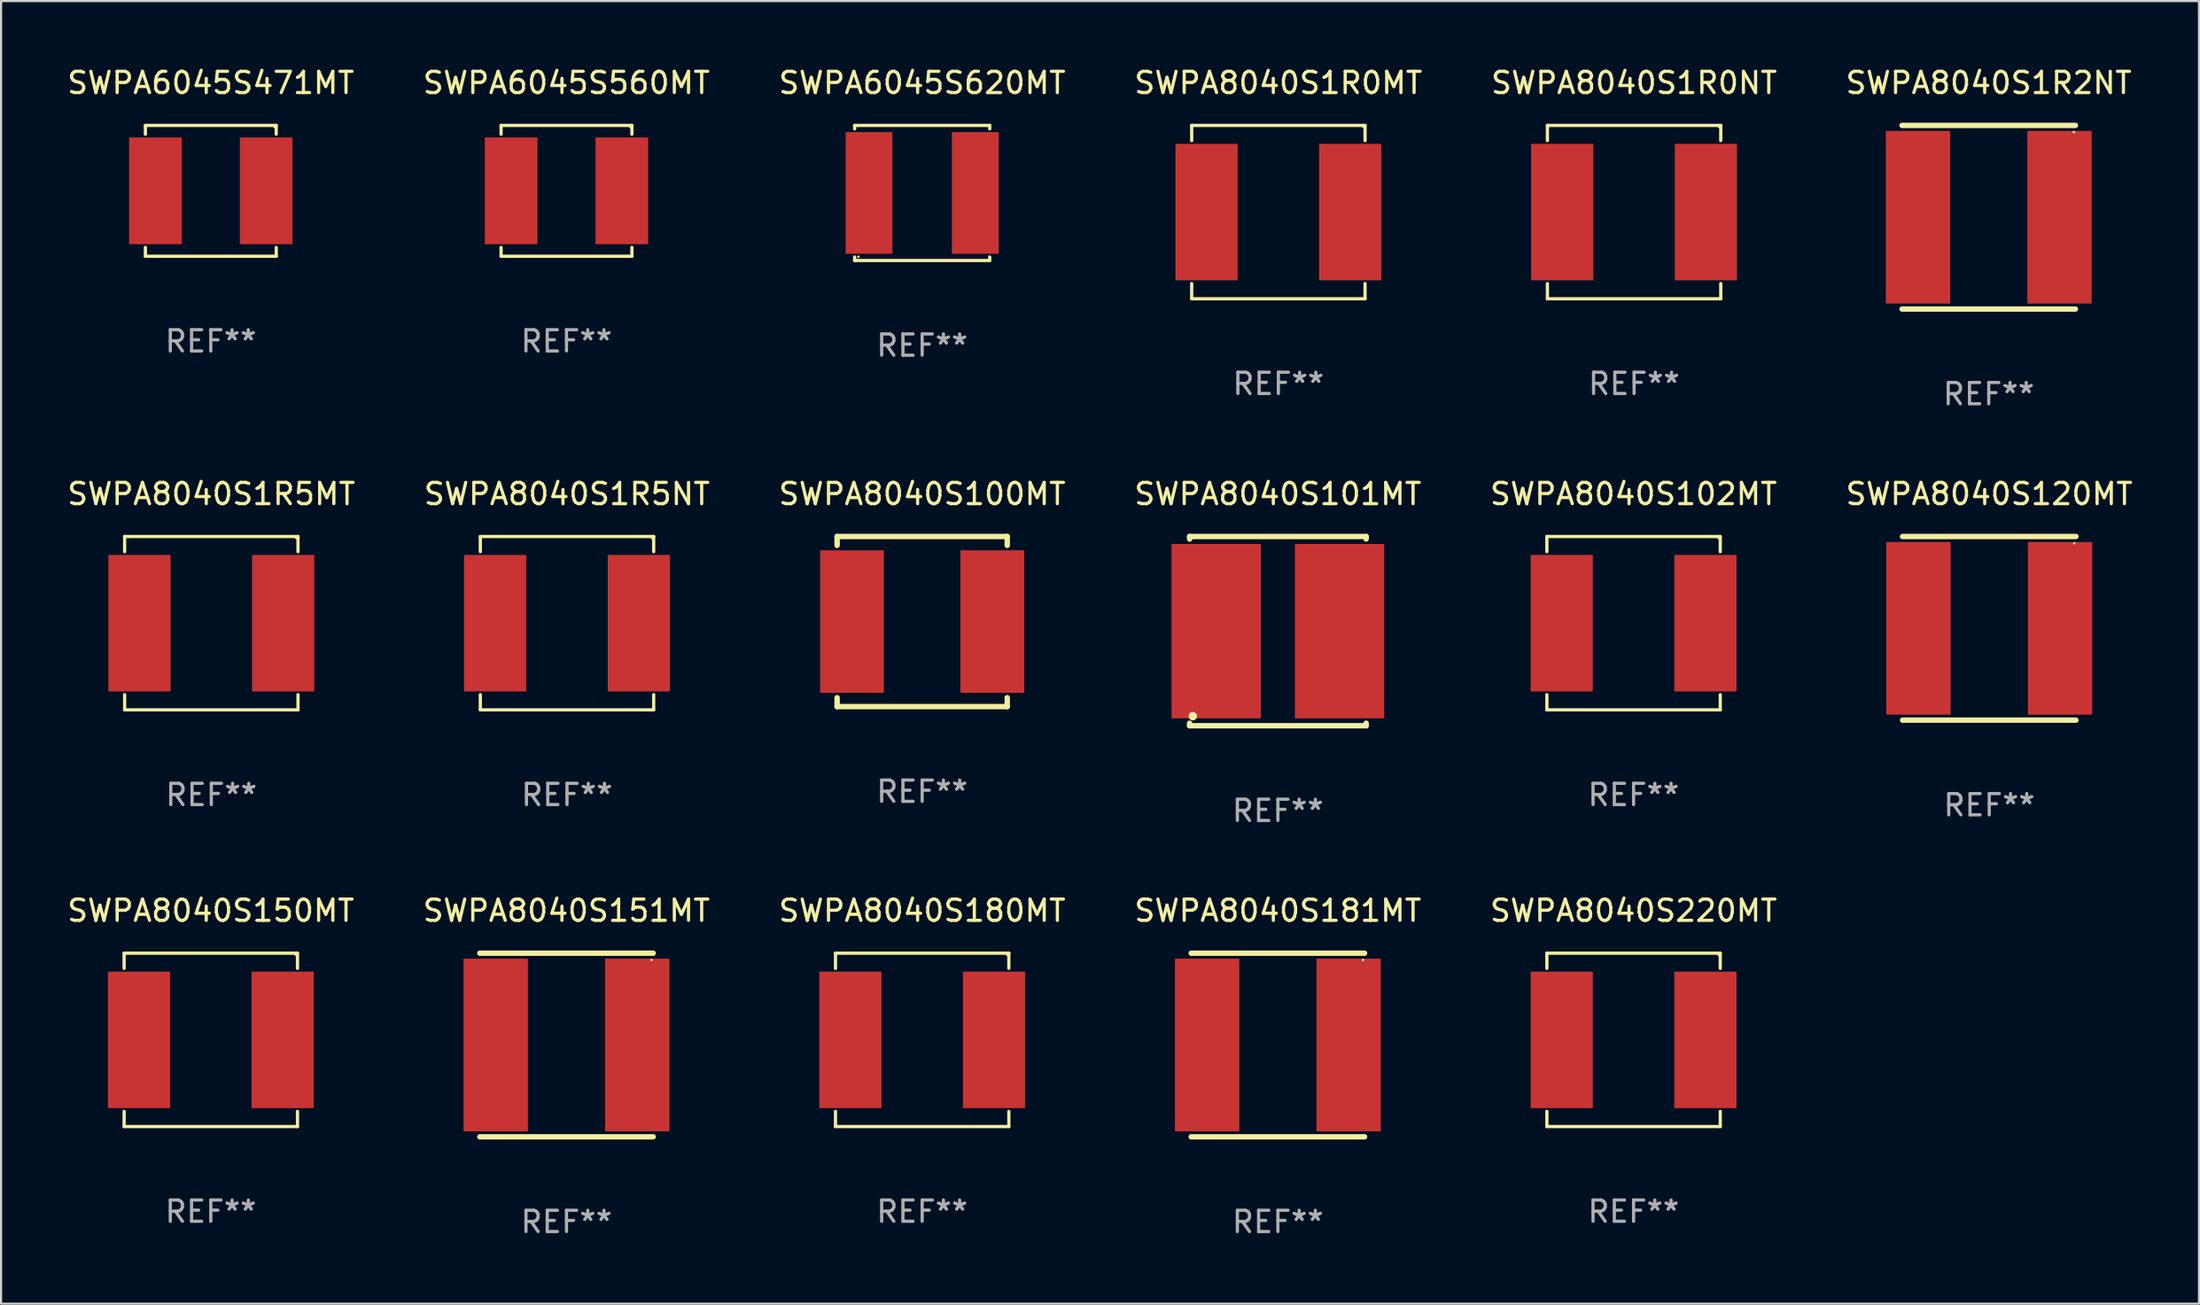
<source format=kicad_pcb>
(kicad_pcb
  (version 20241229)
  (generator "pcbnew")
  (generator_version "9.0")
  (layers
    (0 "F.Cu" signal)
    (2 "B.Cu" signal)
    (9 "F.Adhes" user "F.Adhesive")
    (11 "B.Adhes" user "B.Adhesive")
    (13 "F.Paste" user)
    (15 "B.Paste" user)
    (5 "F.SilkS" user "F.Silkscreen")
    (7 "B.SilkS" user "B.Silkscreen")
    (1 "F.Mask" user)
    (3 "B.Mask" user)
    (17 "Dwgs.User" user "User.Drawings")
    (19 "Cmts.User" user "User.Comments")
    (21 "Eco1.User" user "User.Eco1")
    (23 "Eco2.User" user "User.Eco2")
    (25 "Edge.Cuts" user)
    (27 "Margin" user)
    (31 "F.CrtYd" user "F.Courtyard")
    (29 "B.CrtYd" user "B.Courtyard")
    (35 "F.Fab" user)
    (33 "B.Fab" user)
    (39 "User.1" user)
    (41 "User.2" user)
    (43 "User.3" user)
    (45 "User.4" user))
  (footprint "SWPA8040S181MT"
    (layer "F.Cu")
    (at 57.042 46.095)
    (property "Reference" "SWPA8040S181MT" (at 0 -6.318 0) (layer "F.SilkS") (effects (font (size 1 1) (thickness 0.15))))
    (attr through_hole)
    (fp_line (start -4.076 -4.318) (end 4.076 -4.318) (stroke (width 0.254) (type solid)) (layer "F.SilkS"))
    (fp_line (start -4.076 4.318) (end 4.076 4.318) (stroke (width 0.254) (type solid)) (layer "F.SilkS"))
    (fp_circle (center 4 -4) (end 4.03 -4) (stroke (width 0.06) (type solid)) (fill no) (layer "F.SilkS"))
    (fp_text user "REF**" (at 0 8.318 0) (layer "F.Fab") (effects (font (size 1 1) (thickness 0.15))))
    (pad "1" smd rect (at 3.328 0) (size 3.024 8.12) (layers "F.Cu" "F.Mask" "F.Paste"))
    (pad "2" smd rect (at -3.328 0) (size 3.024 8.12) (layers "F.Cu" "F.Mask" "F.Paste")))
  (footprint "SWPA8040S1R0MT"
    (layer "F.Cu")
    (at 57.065 6.924)
    (property "Reference" "SWPA8040S1R0MT" (at 0 -6.076 0) (layer "F.SilkS") (effects (font (size 1 1) (thickness 0.15))))
    (attr through_hole)
    (fp_line (start -4.076 -4.076) (end 4.076 -4.076) (stroke (width 0.152) (type solid)) (layer "F.SilkS"))
    (fp_line (start -4.076 -3.362) (end -4.076 -4.076) (stroke (width 0.152) (type solid)) (layer "F.SilkS"))
    (fp_line (start -4.076 3.362) (end -4.076 4.076) (stroke (width 0.152) (type solid)) (layer "F.SilkS"))
    (fp_line (start -4.076 4.076) (end 4.076 4.076) (stroke (width 0.152) (type solid)) (layer "F.SilkS"))
    (fp_line (start 4.076 -4.076) (end 4.076 -3.362) (stroke (width 0.152) (type solid)) (layer "F.SilkS"))
    (fp_line (start 4.076 4.076) (end 4.076 3.362) (stroke (width 0.152) (type solid)) (layer "F.SilkS"))
    (fp_circle (center 4 -4) (end 4.03 -4) (stroke (width 0.06) (type solid)) (fill no) (layer "F.SilkS"))
    (fp_text user "REF**" (at 0 8.076 0) (layer "F.Fab") (effects (font (size 1 1) (thickness 0.15))))
    (pad "1" smd rect (at 3.378 0) (size 2.924 6.42) (layers "F.Cu" "F.Mask" "F.Paste"))
    (pad "2" smd rect (at -3.378 0) (size 2.924 6.42) (layers "F.Cu" "F.Mask" "F.Paste")))
  (footprint "SWPA8040S150MT"
    (layer "F.Cu")
    (at 6.863 45.854)
    (property "Reference" "SWPA8040S150MT" (at 0 -6.076 0) (layer "F.SilkS") (effects (font (size 1 1) (thickness 0.15))))
    (attr through_hole)
    (fp_line (start -4.076 -4.076) (end 4.076 -4.076) (stroke (width 0.152) (type solid)) (layer "F.SilkS"))
    (fp_line (start -4.076 -3.362) (end -4.076 -4.076) (stroke (width 0.152) (type solid)) (layer "F.SilkS"))
    (fp_line (start -4.076 3.362) (end -4.076 4.076) (stroke (width 0.152) (type solid)) (layer "F.SilkS"))
    (fp_line (start -4.076 4.076) (end 4.076 4.076) (stroke (width 0.152) (type solid)) (layer "F.SilkS"))
    (fp_line (start 4.076 -4.076) (end 4.076 -3.362) (stroke (width 0.152) (type solid)) (layer "F.SilkS"))
    (fp_line (start 4.076 4.076) (end 4.076 3.362) (stroke (width 0.152) (type solid)) (layer "F.SilkS"))
    (fp_circle (center 4 -4) (end 4.03 -4) (stroke (width 0.06) (type solid)) (fill no) (layer "F.SilkS"))
    (fp_text user "REF**" (at 0 8.076 0) (layer "F.Fab") (effects (font (size 1 1) (thickness 0.15))))
    (pad "1" smd rect (at 3.378 0) (size 2.924 6.42) (layers "F.Cu" "F.Mask" "F.Paste"))
    (pad "2" smd rect (at -3.378 0) (size 2.924 6.42) (layers "F.Cu" "F.Mask" "F.Paste")))
  (footprint "SWPA8040S151MT"
    (layer "F.Cu")
    (at 23.589 46.095)
    (property "Reference" "SWPA8040S151MT" (at 0 -6.318 0) (layer "F.SilkS") (effects (font (size 1 1) (thickness 0.15))))
    (attr through_hole)
    (fp_line (start -4.076 -4.318) (end 4.076 -4.318) (stroke (width 0.254) (type solid)) (layer "F.SilkS"))
    (fp_line (start -4.076 4.318) (end 4.076 4.318) (stroke (width 0.254) (type solid)) (layer "F.SilkS"))
    (fp_circle (center 4 -4) (end 4.03 -4) (stroke (width 0.06) (type solid)) (fill no) (layer "F.SilkS"))
    (fp_text user "REF**" (at 0 8.318 0) (layer "F.Fab") (effects (font (size 1 1) (thickness 0.15))))
    (pad "1" smd rect (at 3.328 0) (size 3.024 8.12) (layers "F.Cu" "F.Mask" "F.Paste"))
    (pad "2" smd rect (at -3.328 0) (size 3.024 8.12) (layers "F.Cu" "F.Mask" "F.Paste")))
  (footprint "SWPA6045S471MT"
    (layer "F.Cu")
    (at 6.863 5.924)
    (property "Reference" "SWPA6045S471MT" (at 0 -5.076 0) (layer "F.SilkS") (effects (font (size 1 1) (thickness 0.15))))
    (attr through_hole)
    (fp_line (start -3.076 -3.076) (end 3.076 -3.076) (stroke (width 0.152) (type solid)) (layer "F.SilkS"))
    (fp_line (start -3.076 -2.662) (end -3.076 -3.076) (stroke (width 0.152) (type solid)) (layer "F.SilkS"))
    (fp_line (start -3.076 2.662) (end -3.076 3.076) (stroke (width 0.152) (type solid)) (layer "F.SilkS"))
    (fp_line (start -3.076 3.076) (end 3.076 3.076) (stroke (width 0.152) (type solid)) (layer "F.SilkS"))
    (fp_line (start 3.076 -3.076) (end 3.076 -2.662) (stroke (width 0.152) (type solid)) (layer "F.SilkS"))
    (fp_line (start 3.076 3.076) (end 3.076 2.662) (stroke (width 0.152) (type solid)) (layer "F.SilkS"))
    (fp_circle (center 3 -3) (end 3.03 -3) (stroke (width 0.06) (type solid)) (fill no) (layer "F.SilkS"))
    (fp_text user "REF**" (at 0 7.076 0) (layer "F.Fab") (effects (font (size 1 1) (thickness 0.15))))
    (pad "1" smd rect (at 2.603 0) (size 2.474 5.02) (layers "F.Cu" "F.Mask" "F.Paste"))
    (pad "2" smd rect (at -2.603 0) (size 2.474 5.02) (layers "F.Cu" "F.Mask" "F.Paste")))
  (footprint "SWPA8040S1R0NT"
    (layer "F.Cu")
    (at 73.792 6.924)
    (property "Reference" "SWPA8040S1R0NT" (at 0 -6.076 0) (layer "F.SilkS") (effects (font (size 1 1) (thickness 0.15))))
    (attr through_hole)
    (fp_line (start -4.076 -4.076) (end 4.076 -4.076) (stroke (width 0.152) (type solid)) (layer "F.SilkS"))
    (fp_line (start -4.076 -3.362) (end -4.076 -4.076) (stroke (width 0.152) (type solid)) (layer "F.SilkS"))
    (fp_line (start -4.076 3.362) (end -4.076 4.076) (stroke (width 0.152) (type solid)) (layer "F.SilkS"))
    (fp_line (start -4.076 4.076) (end 4.076 4.076) (stroke (width 0.152) (type solid)) (layer "F.SilkS"))
    (fp_line (start 4.076 -4.076) (end 4.076 -3.362) (stroke (width 0.152) (type solid)) (layer "F.SilkS"))
    (fp_line (start 4.076 4.076) (end 4.076 3.362) (stroke (width 0.152) (type solid)) (layer "F.SilkS"))
    (fp_circle (center 4 -4) (end 4.03 -4) (stroke (width 0.06) (type solid)) (fill no) (layer "F.SilkS"))
    (fp_text user "REF**" (at 0 8.076 0) (layer "F.Fab") (effects (font (size 1 1) (thickness 0.15))))
    (pad "1" smd rect (at 3.378 0) (size 2.924 6.42) (layers "F.Cu" "F.Mask" "F.Paste"))
    (pad "2" smd rect (at -3.378 0) (size 2.924 6.42) (layers "F.Cu" "F.Mask" "F.Paste")))
  (footprint "SWPA8040S180MT"
    (layer "F.Cu")
    (at 40.315 45.854)
    (property "Reference" "SWPA8040S180MT" (at 0 -6.076 0) (layer "F.SilkS") (effects (font (size 1 1) (thickness 0.15))))
    (attr through_hole)
    (fp_line (start -4.076 -4.076) (end 4.076 -4.076) (stroke (width 0.152) (type solid)) (layer "F.SilkS"))
    (fp_line (start -4.076 -3.362) (end -4.076 -4.076) (stroke (width 0.152) (type solid)) (layer "F.SilkS"))
    (fp_line (start -4.076 3.362) (end -4.076 4.076) (stroke (width 0.152) (type solid)) (layer "F.SilkS"))
    (fp_line (start -4.076 4.076) (end 4.076 4.076) (stroke (width 0.152) (type solid)) (layer "F.SilkS"))
    (fp_line (start 4.076 -4.076) (end 4.076 -3.362) (stroke (width 0.152) (type solid)) (layer "F.SilkS"))
    (fp_line (start 4.076 4.076) (end 4.076 3.362) (stroke (width 0.152) (type solid)) (layer "F.SilkS"))
    (fp_circle (center 4 -4) (end 4.03 -4) (stroke (width 0.06) (type solid)) (fill no) (layer "F.SilkS"))
    (fp_text user "REF**" (at 0 8.076 0) (layer "F.Fab") (effects (font (size 1 1) (thickness 0.15))))
    (pad "1" smd rect (at 3.378 0) (size 2.924 6.42) (layers "F.Cu" "F.Mask" "F.Paste"))
    (pad "2" smd rect (at -3.378 0) (size 2.924 6.42) (layers "F.Cu" "F.Mask" "F.Paste")))
  (footprint "SWPA8040S101MT"
    (layer "F.Cu")
    (at 57.042 26.631)
    (property "Reference" "SWPA8040S101MT" (at 0 -6.45 0) (layer "F.SilkS") (effects (font (size 1 1) (thickness 0.15))))
    (attr through_hole)
    (fp_line (start -4.15 -4.45) (end -4.15 -4.331) (stroke (width 0.254) (type solid)) (layer "F.SilkS"))
    (fp_line (start -4.15 -4.45) (end 4.15 -4.45) (stroke (width 0.254) (type solid)) (layer "F.SilkS"))
    (fp_line (start -4.15 4.331) (end -4.15 4.45) (stroke (width 0.254) (type solid)) (layer "F.SilkS"))
    (fp_line (start -4.15 4.45) (end 4.15 4.45) (stroke (width 0.254) (type solid)) (layer "F.SilkS"))
    (fp_line (start 4.15 -4.331) (end 4.15 -4.45) (stroke (width 0.254) (type solid)) (layer "F.SilkS"))
    (fp_line (start 4.15 4.45) (end 4.15 4.331) (stroke (width 0.254) (type solid)) (layer "F.SilkS"))
    (fp_circle (center -4 4) (end -3.9 4) (stroke (width 0.2) (type solid)) (fill no) (layer "F.SilkS"))
    (fp_text user "REF**" (at 0 8.45 0) (layer "F.Fab") (effects (font (size 1 1) (thickness 0.15))))
    (pad "1" smd rect (at -2.9 0 90) (size 8.2 4.2) (layers "F.Cu" "F.Mask" "F.Paste"))
    (pad "2" smd rect (at 2.9 0 90) (size 8.2 4.2) (layers "F.Cu" "F.Mask" "F.Paste")))
  (footprint "SWPA8040S220MT"
    (layer "F.Cu")
    (at 73.768 45.854)
    (property "Reference" "SWPA8040S220MT" (at 0 -6.076 0) (layer "F.SilkS") (effects (font (size 1 1) (thickness 0.15))))
    (attr through_hole)
    (fp_line (start -4.076 -4.076) (end 4.076 -4.076) (stroke (width 0.152) (type solid)) (layer "F.SilkS"))
    (fp_line (start -4.076 -3.362) (end -4.076 -4.076) (stroke (width 0.152) (type solid)) (layer "F.SilkS"))
    (fp_line (start -4.076 3.362) (end -4.076 4.076) (stroke (width 0.152) (type solid)) (layer "F.SilkS"))
    (fp_line (start -4.076 4.076) (end 4.076 4.076) (stroke (width 0.152) (type solid)) (layer "F.SilkS"))
    (fp_line (start 4.076 -4.076) (end 4.076 -3.362) (stroke (width 0.152) (type solid)) (layer "F.SilkS"))
    (fp_line (start 4.076 4.076) (end 4.076 3.362) (stroke (width 0.152) (type solid)) (layer "F.SilkS"))
    (fp_circle (center 4 -4) (end 4.03 -4) (stroke (width 0.06) (type solid)) (fill no) (layer "F.SilkS"))
    (fp_text user "REF**" (at 0 8.076 0) (layer "F.Fab") (effects (font (size 1 1) (thickness 0.15))))
    (pad "1" smd rect (at 3.378 0) (size 2.924 6.42) (layers "F.Cu" "F.Mask" "F.Paste"))
    (pad "2" smd rect (at -3.378 0) (size 2.924 6.42) (layers "F.Cu" "F.Mask" "F.Paste")))
  (footprint "SWPA8040S1R5NT"
    (layer "F.Cu")
    (at 23.613 26.257)
    (property "Reference" "SWPA8040S1R5NT" (at 0 -6.076 0) (layer "F.SilkS") (effects (font (size 1 1) (thickness 0.15))))
    (attr through_hole)
    (fp_line (start -4.076 -4.076) (end 4.076 -4.076) (stroke (width 0.152) (type solid)) (layer "F.SilkS"))
    (fp_line (start -4.076 -3.362) (end -4.076 -4.076) (stroke (width 0.152) (type solid)) (layer "F.SilkS"))
    (fp_line (start -4.076 3.362) (end -4.076 4.076) (stroke (width 0.152) (type solid)) (layer "F.SilkS"))
    (fp_line (start -4.076 4.076) (end 4.076 4.076) (stroke (width 0.152) (type solid)) (layer "F.SilkS"))
    (fp_line (start 4.076 -4.076) (end 4.076 -3.362) (stroke (width 0.152) (type solid)) (layer "F.SilkS"))
    (fp_line (start 4.076 4.076) (end 4.076 3.362) (stroke (width 0.152) (type solid)) (layer "F.SilkS"))
    (fp_circle (center 4 -4) (end 4.03 -4) (stroke (width 0.06) (type solid)) (fill no) (layer "F.SilkS"))
    (fp_text user "REF**" (at 0 8.076 0) (layer "F.Fab") (effects (font (size 1 1) (thickness 0.15))))
    (pad "1" smd rect (at 3.378 0) (size 2.924 6.42) (layers "F.Cu" "F.Mask" "F.Paste"))
    (pad "2" smd rect (at -3.378 0) (size 2.924 6.42) (layers "F.Cu" "F.Mask" "F.Paste")))
  (footprint "SWPA8040S120MT"
    (layer "F.Cu")
    (at 90.494 26.499)
    (property "Reference" "SWPA8040S120MT" (at 0 -6.318 0) (layer "F.SilkS") (effects (font (size 1 1) (thickness 0.15))))
    (attr through_hole)
    (fp_line (start -4.076 -4.318) (end 4.076 -4.318) (stroke (width 0.254) (type solid)) (layer "F.SilkS"))
    (fp_line (start -4.076 4.318) (end 4.076 4.318) (stroke (width 0.254) (type solid)) (layer "F.SilkS"))
    (fp_circle (center 4 -4) (end 4.03 -4) (stroke (width 0.06) (type solid)) (fill no) (layer "F.SilkS"))
    (fp_text user "REF**" (at 0 8.318 0) (layer "F.Fab") (effects (font (size 1 1) (thickness 0.15))))
    (pad "1" smd rect (at 3.328 0) (size 3.024 8.12) (layers "F.Cu" "F.Mask" "F.Paste"))
    (pad "2" smd rect (at -3.328 0) (size 3.024 8.12) (layers "F.Cu" "F.Mask" "F.Paste")))
  (footprint "SWPA8040S102MT"
    (layer "F.Cu")
    (at 73.768 26.257)
    (property "Reference" "SWPA8040S102MT" (at 0 -6.076 0) (layer "F.SilkS") (effects (font (size 1 1) (thickness 0.15))))
    (attr through_hole)
    (fp_line (start -4.076 -4.076) (end 4.076 -4.076) (stroke (width 0.152) (type solid)) (layer "F.SilkS"))
    (fp_line (start -4.076 -3.362) (end -4.076 -4.076) (stroke (width 0.152) (type solid)) (layer "F.SilkS"))
    (fp_line (start -4.076 3.362) (end -4.076 4.076) (stroke (width 0.152) (type solid)) (layer "F.SilkS"))
    (fp_line (start -4.076 4.076) (end 4.076 4.076) (stroke (width 0.152) (type solid)) (layer "F.SilkS"))
    (fp_line (start 4.076 -4.076) (end 4.076 -3.362) (stroke (width 0.152) (type solid)) (layer "F.SilkS"))
    (fp_line (start 4.076 4.076) (end 4.076 3.362) (stroke (width 0.152) (type solid)) (layer "F.SilkS"))
    (fp_circle (center 4 -4) (end 4.03 -4) (stroke (width 0.06) (type solid)) (fill no) (layer "F.SilkS"))
    (fp_text user "REF**" (at 0 8.076 0) (layer "F.Fab") (effects (font (size 1 1) (thickness 0.15))))
    (pad "1" smd rect (at 3.378 0) (size 2.924 6.42) (layers "F.Cu" "F.Mask" "F.Paste"))
    (pad "2" smd rect (at -3.378 0) (size 2.924 6.42) (layers "F.Cu" "F.Mask" "F.Paste")))
  (footprint "SWPA6045S560MT"
    (layer "F.Cu")
    (at 23.589 5.924)
    (property "Reference" "SWPA6045S560MT" (at 0 -5.076 0) (layer "F.SilkS") (effects (font (size 1 1) (thickness 0.15))))
    (attr through_hole)
    (fp_line (start -3.076 -3.076) (end 3.076 -3.076) (stroke (width 0.152) (type solid)) (layer "F.SilkS"))
    (fp_line (start -3.076 -2.662) (end -3.076 -3.076) (stroke (width 0.152) (type solid)) (layer "F.SilkS"))
    (fp_line (start -3.076 2.662) (end -3.076 3.076) (stroke (width 0.152) (type solid)) (layer "F.SilkS"))
    (fp_line (start -3.076 3.076) (end 3.076 3.076) (stroke (width 0.152) (type solid)) (layer "F.SilkS"))
    (fp_line (start 3.076 -3.076) (end 3.076 -2.662) (stroke (width 0.152) (type solid)) (layer "F.SilkS"))
    (fp_line (start 3.076 3.076) (end 3.076 2.662) (stroke (width 0.152) (type solid)) (layer "F.SilkS"))
    (fp_circle (center 3 -3) (end 3.03 -3) (stroke (width 0.06) (type solid)) (fill no) (layer "F.SilkS"))
    (fp_text user "REF**" (at 0 7.076 0) (layer "F.Fab") (effects (font (size 1 1) (thickness 0.15))))
    (pad "1" smd rect (at 2.603 0) (size 2.474 5.02) (layers "F.Cu" "F.Mask" "F.Paste"))
    (pad "2" smd rect (at -2.603 0) (size 2.474 5.02) (layers "F.Cu" "F.Mask" "F.Paste")))
  (footprint "SWPA6045S620MT"
    (layer "F.Cu")
    (at 40.315 6.024)
    (property "Reference" "SWPA6045S620MT" (at 0 -5.176 0) (layer "F.SilkS") (effects (font (size 1 1) (thickness 0.15))))
    (attr through_hole)
    (fp_line (start -3.176 -3.176) (end 3.176 -3.176) (stroke (width 0.152) (type solid)) (layer "F.SilkS"))
    (fp_line (start -3.176 -3.012) (end -3.176 -3.176) (stroke (width 0.152) (type solid)) (layer "F.SilkS"))
    (fp_line (start -3.176 3.012) (end -3.176 3.176) (stroke (width 0.152) (type solid)) (layer "F.SilkS"))
    (fp_line (start -3.176 3.176) (end 3.176 3.176) (stroke (width 0.152) (type solid)) (layer "F.SilkS"))
    (fp_line (start 3.176 -3.176) (end 3.176 -3.012) (stroke (width 0.152) (type solid)) (layer "F.SilkS"))
    (fp_line (start 3.176 3.176) (end 3.176 3.012) (stroke (width 0.152) (type solid)) (layer "F.SilkS"))
    (fp_circle (center -3 3) (end -2.97 3) (stroke (width 0.06) (type solid)) (fill no) (layer "F.SilkS"))
    (fp_text user "REF**" (at 0 7.176 0) (layer "F.Fab") (effects (font (size 1 1) (thickness 0.15))))
    (pad "1" smd rect (at -2.5 0) (size 2.2 5.72) (layers "F.Cu" "F.Mask" "F.Paste"))
    (pad "2" smd rect (at 2.5 0) (size 2.2 5.72) (layers "F.Cu" "F.Mask" "F.Paste")))
  (footprint "SWPA8040S1R2NT"
    (layer "F.Cu")
    (at 90.47 7.166)
    (property "Reference" "SWPA8040S1R2NT" (at 0 -6.318 0) (layer "F.SilkS") (effects (font (size 1 1) (thickness 0.15))))
    (attr through_hole)
    (fp_line (start -4.076 -4.318) (end 4.076 -4.318) (stroke (width 0.254) (type solid)) (layer "F.SilkS"))
    (fp_line (start -4.076 4.318) (end 4.076 4.318) (stroke (width 0.254) (type solid)) (layer "F.SilkS"))
    (fp_circle (center 4 -4) (end 4.03 -4) (stroke (width 0.06) (type solid)) (fill no) (layer "F.SilkS"))
    (fp_text user "REF**" (at 0 8.318 0) (layer "F.Fab") (effects (font (size 1 1) (thickness 0.15))))
    (pad "1" smd rect (at 3.328 0) (size 3.024 8.12) (layers "F.Cu" "F.Mask" "F.Paste"))
    (pad "2" smd rect (at -3.328 0) (size 3.024 8.12) (layers "F.Cu" "F.Mask" "F.Paste")))
  (footprint "SWPA8040S1R5MT"
    (layer "F.Cu")
    (at 6.887 26.257)
    (property "Reference" "SWPA8040S1R5MT" (at 0 -6.076 0) (layer "F.SilkS") (effects (font (size 1 1) (thickness 0.15))))
    (attr through_hole)
    (fp_line (start -4.076 -4.076) (end 4.076 -4.076) (stroke (width 0.152) (type solid)) (layer "F.SilkS"))
    (fp_line (start -4.076 -3.362) (end -4.076 -4.076) (stroke (width 0.152) (type solid)) (layer "F.SilkS"))
    (fp_line (start -4.076 3.362) (end -4.076 4.076) (stroke (width 0.152) (type solid)) (layer "F.SilkS"))
    (fp_line (start -4.076 4.076) (end 4.076 4.076) (stroke (width 0.152) (type solid)) (layer "F.SilkS"))
    (fp_line (start 4.076 -4.076) (end 4.076 -3.362) (stroke (width 0.152) (type solid)) (layer "F.SilkS"))
    (fp_line (start 4.076 4.076) (end 4.076 3.362) (stroke (width 0.152) (type solid)) (layer "F.SilkS"))
    (fp_circle (center 4 -4) (end 4.03 -4) (stroke (width 0.06) (type solid)) (fill no) (layer "F.SilkS"))
    (fp_text user "REF**" (at 0 8.076 0) (layer "F.Fab") (effects (font (size 1 1) (thickness 0.15))))
    (pad "1" smd rect (at 3.378 0) (size 2.924 6.42) (layers "F.Cu" "F.Mask" "F.Paste"))
    (pad "2" smd rect (at -3.378 0) (size 2.924 6.42) (layers "F.Cu" "F.Mask" "F.Paste")))
  (footprint "SWPA8040S100MT"
    (layer "F.Cu")
    (at 40.315 26.181)
    (property "Reference" "SWPA8040S100MT" (at 0 -6 0) (layer "F.SilkS") (effects (font (size 1 1) (thickness 0.15))))
    (attr through_hole)
    (fp_line (start -4 -4) (end 4 -4) (stroke (width 0.254) (type solid)) (layer "F.SilkS"))
    (fp_line (start -4 -3.581) (end -4 -4) (stroke (width 0.254) (type solid)) (layer "F.SilkS"))
    (fp_line (start -4 4) (end -4 3.581) (stroke (width 0.254) (type solid)) (layer "F.SilkS"))
    (fp_line (start 4 -4) (end 4 -3.581) (stroke (width 0.254) (type solid)) (layer "F.SilkS"))
    (fp_line (start 4 3.581) (end 4 4) (stroke (width 0.254) (type solid)) (layer "F.SilkS"))
    (fp_line (start 4 4) (end -4 4) (stroke (width 0.254) (type solid)) (layer "F.SilkS"))
    (fp_circle (center -4 4) (end -3.97 4) (stroke (width 0.06) (type solid)) (fill no) (layer "F.SilkS"))
    (fp_text user "REF**" (at 0 8 0) (layer "F.Fab") (effects (font (size 1 1) (thickness 0.15))))
    (pad "1" smd rect (at -3.3 0) (size 3 6.7) (layers "F.Cu" "F.Mask" "F.Paste"))
    (pad "2" smd rect (at 3.3 0) (size 3 6.7) (layers "F.Cu" "F.Mask" "F.Paste")))
  (gr_rect
    (start -3 -3)
    (end 100.357 58.262)
    (stroke (width 0.1) (type default))
    (fill no)
    (layer "Edge.Cuts")))
</source>
